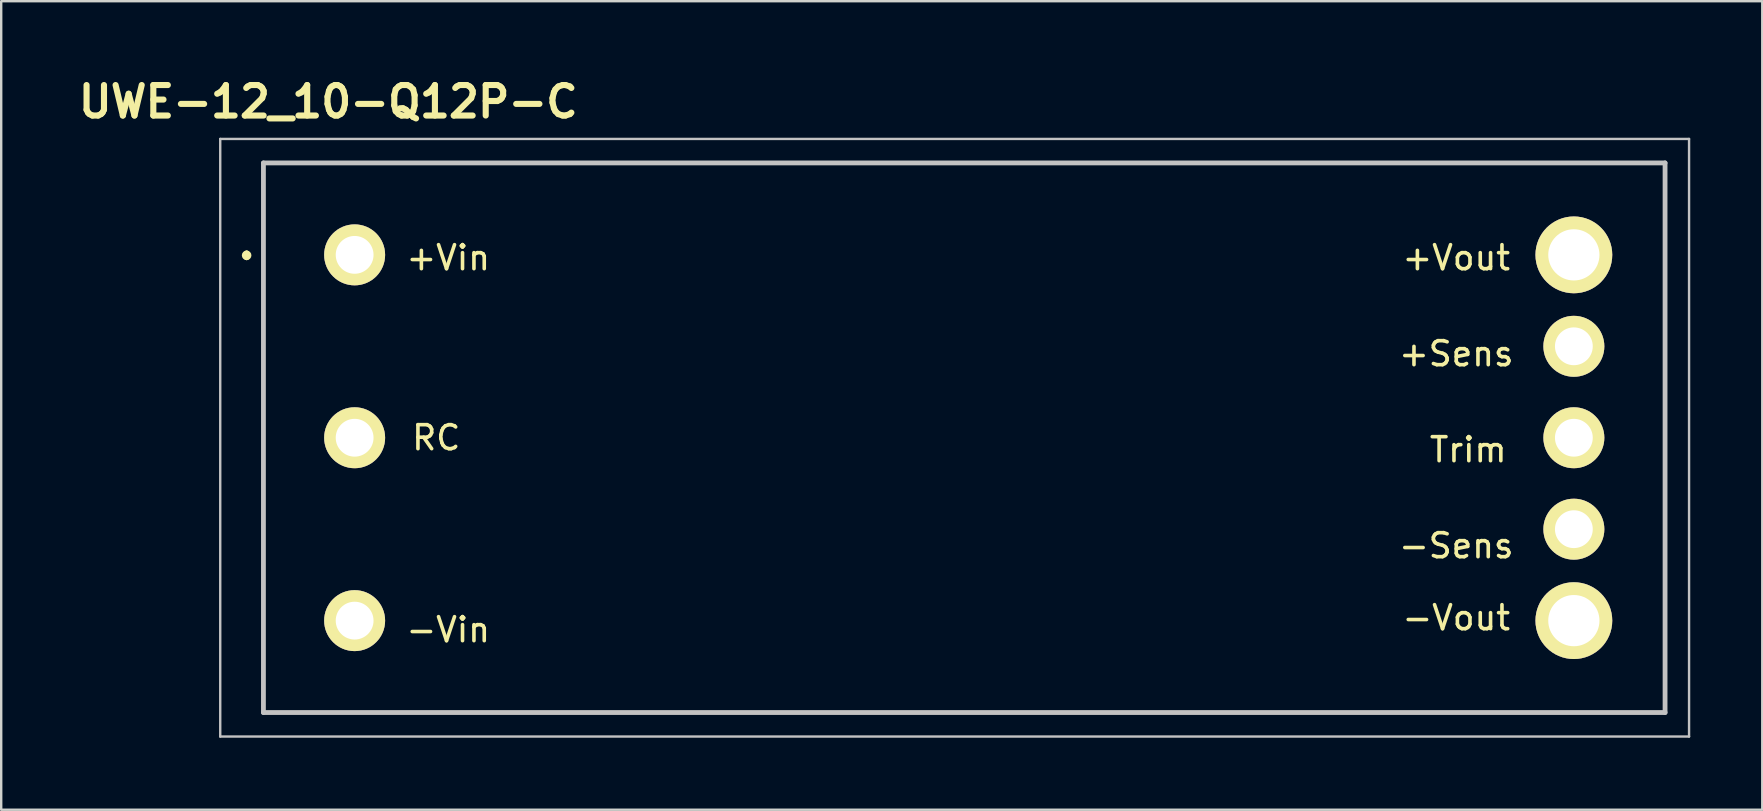
<source format=kicad_pcb>
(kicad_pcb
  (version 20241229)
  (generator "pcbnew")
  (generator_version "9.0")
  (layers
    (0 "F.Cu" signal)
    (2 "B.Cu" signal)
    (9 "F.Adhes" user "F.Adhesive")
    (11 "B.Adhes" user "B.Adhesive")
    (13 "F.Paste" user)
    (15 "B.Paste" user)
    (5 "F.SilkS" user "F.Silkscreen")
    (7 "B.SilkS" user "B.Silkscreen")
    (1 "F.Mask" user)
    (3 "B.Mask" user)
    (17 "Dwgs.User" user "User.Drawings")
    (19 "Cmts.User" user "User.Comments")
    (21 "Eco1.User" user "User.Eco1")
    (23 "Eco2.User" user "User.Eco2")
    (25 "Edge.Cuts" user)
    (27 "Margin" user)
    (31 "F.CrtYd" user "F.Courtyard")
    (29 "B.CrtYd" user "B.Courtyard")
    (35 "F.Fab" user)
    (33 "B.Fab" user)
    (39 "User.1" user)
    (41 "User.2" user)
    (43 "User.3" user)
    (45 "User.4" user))
  (footprint "UWE-12_10-Q12P-C"
    (layer "F.Cu")
    (at 37.126 15.189)
    (property "Reference" "UWE-12_10-Q12P-C" (at -26.5 -14 0) (layer "F.SilkS") (effects (font (size 1.27 1.27) (thickness 0.254))))
    (attr through_hole)
    (fp_line (start -29.9 -7.7) (end -29.9 -7.7) (stroke (width 0.2) (type solid)) (layer "F.SilkS"))
    (fp_line (start -29.9 -7.5) (end -29.9 -7.5) (stroke (width 0.2) (type solid)) (layer "F.SilkS"))
    (fp_line (start -29.2 -11.43) (end 29.2 -11.43) (stroke (width 0.1) (type solid)) (layer "F.SilkS"))
    (fp_line (start -29.2 11.43) (end -29.2 -11.43) (stroke (width 0.1) (type solid)) (layer "F.SilkS"))
    (fp_line (start 29.2 -11.43) (end 29.2 11.43) (stroke (width 0.1) (type solid)) (layer "F.SilkS"))
    (fp_line (start 29.2 11.43) (end -29.2 11.43) (stroke (width 0.1) (type solid)) (layer "F.SilkS"))
    (fp_arc (start -29.9 -7.7) (mid -29.8 -7.6) (end -29.9 -7.5) (stroke (width 0.2) (type solid)) (layer "F.SilkS"))
    (fp_arc (start -29.9 -7.5) (mid -30 -7.6) (end -29.9 -7.7) (stroke (width 0.2) (type solid)) (layer "F.SilkS"))
    (fp_line (start -31 -12.45) (end 30.2 -12.45) (stroke (width 0.1) (type solid)) (layer "Dwgs.User"))
    (fp_line (start -31 12.45) (end -31 -12.45) (stroke (width 0.1) (type solid)) (layer "Dwgs.User"))
    (fp_line (start -29.2 -11.45) (end 29.2 -11.45) (stroke (width 0.2) (type solid)) (layer "Dwgs.User"))
    (fp_line (start -29.2 11.45) (end -29.2 -11.45) (stroke (width 0.2) (type solid)) (layer "Dwgs.User"))
    (fp_line (start 29.2 -11.45) (end 29.2 11.45) (stroke (width 0.2) (type solid)) (layer "Dwgs.User"))
    (fp_line (start 29.2 11.45) (end -29.2 11.45) (stroke (width 0.2) (type solid)) (layer "Dwgs.User"))
    (fp_line (start 30.2 -12.45) (end 30.2 12.45) (stroke (width 0.1) (type solid)) (layer "Dwgs.User"))
    (fp_line (start 30.2 12.45) (end -31 12.45) (stroke (width 0.1) (type solid)) (layer "Dwgs.User"))
    (fp_text user "+Vin" (at -21.5 -7.5 0) (layer "F.SilkS") (effects (font (size 1 1) (thickness 0.15))))
    (fp_text user "-Vout" (at 20.5 7.5 0) (layer "F.SilkS") (effects (font (size 1 1) (thickness 0.15))))
    (fp_text user "RC" (at -22 0 0) (layer "F.SilkS") (effects (font (size 1 1) (thickness 0.15))))
    (fp_text user "+Sens" (at 20.5 -3.5 0) (layer "F.SilkS") (effects (font (size 1 1) (thickness 0.15))))
    (fp_text user "-Sens" (at 20.5 4.5 0) (layer "F.SilkS") (effects (font (size 1 1) (thickness 0.15))))
    (fp_text user "-Vin" (at -21.5 8 0) (layer "F.SilkS") (effects (font (size 1 1) (thickness 0.15))))
    (fp_text user "+Vout" (at 20.5 -7.5 0) (layer "F.SilkS") (effects (font (size 1 1) (thickness 0.15))))
    (fp_text user "Trim" (at 21 0.5 0) (layer "F.SilkS") (effects (font (size 1 1) (thickness 0.15))))
    (pad "1" thru_hole circle (at -25.4 -7.62 90) (size 2.54 2.54) (drill 1.575) (layers "*.Cu" "*.Mask" "F.SilkS"))
    (pad "2" thru_hole circle (at -25.4 0 90) (size 2.54 2.54) (drill 1.575) (layers "*.Cu" "*.Mask" "F.SilkS"))
    (pad "3" thru_hole circle (at -25.4 7.62 90) (size 2.54 2.54) (drill 1.575) (layers "*.Cu" "*.Mask" "F.SilkS"))
    (pad "4" thru_hole circle (at 25.4 7.62 90) (size 3.2 3.2) (drill 2.134) (layers "*.Cu" "*.Mask" "F.SilkS"))
    (pad "5" thru_hole circle (at 25.4 3.81 90) (size 2.54 2.54) (drill 1.575) (layers "*.Cu" "*.Mask" "F.SilkS"))
    (pad "6" thru_hole circle (at 25.4 0 90) (size 2.54 2.54) (drill 1.575) (layers "*.Cu" "*.Mask" "F.SilkS"))
    (pad "7" thru_hole circle (at 25.4 -3.81 90) (size 2.54 2.54) (drill 1.575) (layers "*.Cu" "*.Mask" "F.SilkS"))
    (pad "8" thru_hole circle (at 25.4 -7.62 90) (size 3.2 3.2) (drill 2.134) (layers "*.Cu" "*.Mask" "F.SilkS")))
  (gr_rect
    (start -3 -3)
    (end 70.376 30.689)
    (stroke (width 0.1) (type default))
    (fill no)
    (layer "Edge.Cuts")))
</source>
